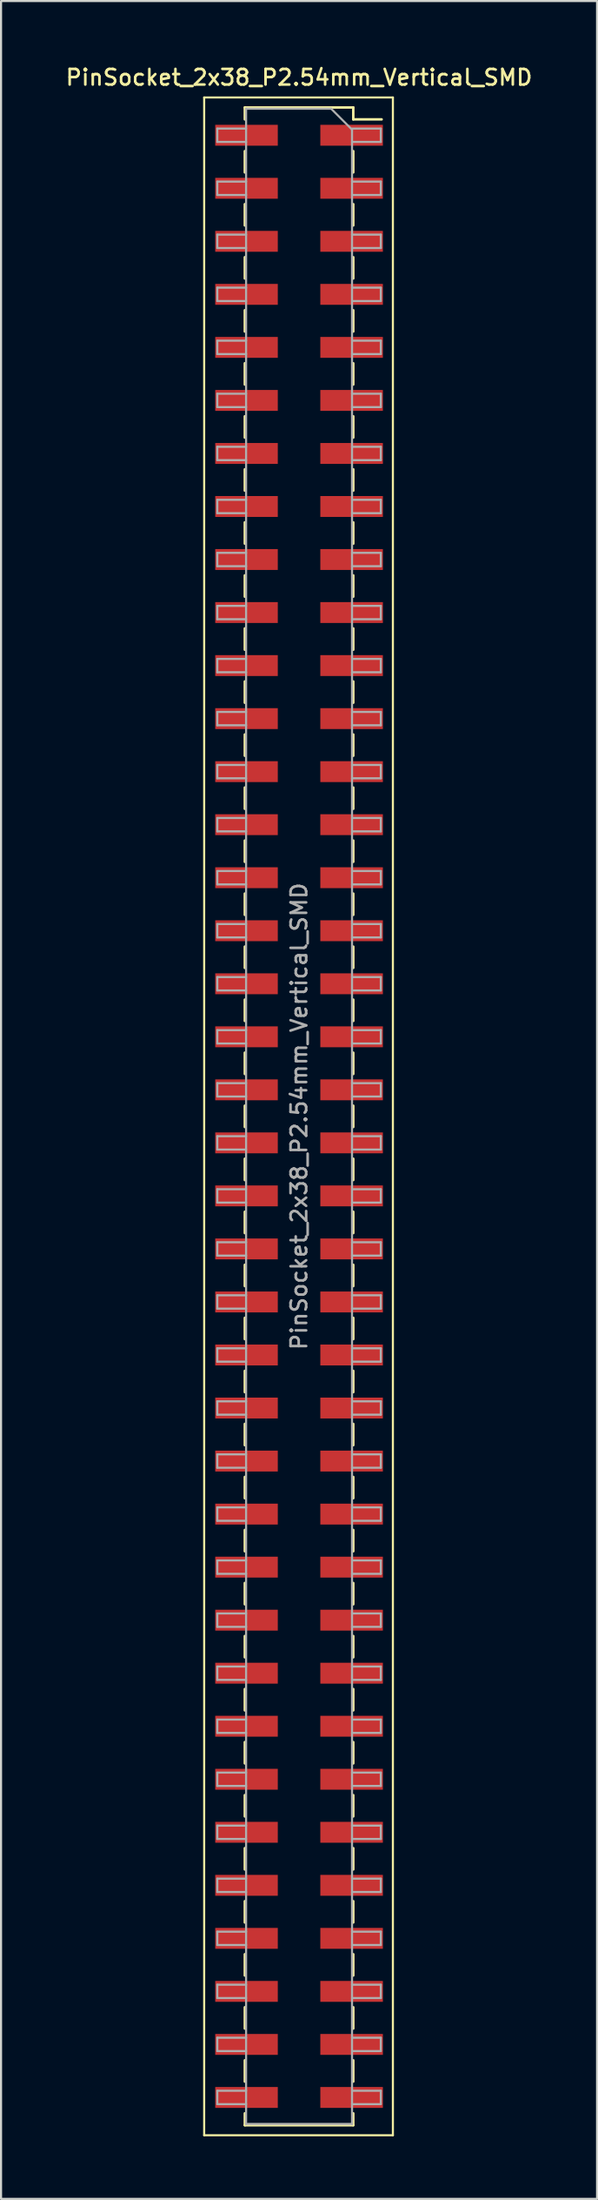
<source format=kicad_pcb>
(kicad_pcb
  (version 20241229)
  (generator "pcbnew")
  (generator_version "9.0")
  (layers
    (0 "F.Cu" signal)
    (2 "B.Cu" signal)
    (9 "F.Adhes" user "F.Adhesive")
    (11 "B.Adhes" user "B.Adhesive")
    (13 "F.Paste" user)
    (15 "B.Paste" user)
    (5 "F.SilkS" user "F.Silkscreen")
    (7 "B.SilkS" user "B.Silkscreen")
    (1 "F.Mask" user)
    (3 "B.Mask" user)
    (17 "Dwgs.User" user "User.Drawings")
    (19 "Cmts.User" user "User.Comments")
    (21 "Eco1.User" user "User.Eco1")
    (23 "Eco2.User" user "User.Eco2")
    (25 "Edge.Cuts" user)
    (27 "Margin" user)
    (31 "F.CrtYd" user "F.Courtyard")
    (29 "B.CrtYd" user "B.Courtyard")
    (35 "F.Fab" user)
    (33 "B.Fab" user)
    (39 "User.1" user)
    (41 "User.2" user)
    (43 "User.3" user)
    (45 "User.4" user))
  (footprint "PinSocket_2x38_P2.54mm_Vertical_SMD"
    (layer "F.Cu")
    (at 11.291 50.418)
    (property "Reference" "PinSocket_2x38_P2.54mm_Vertical_SMD" (at 0 -49.76 0) (layer "F.SilkS") (effects (font (size 0.75 0.75) (thickness 0.125))))
    (attr smd)
    (fp_line (start -4.55 -48.8) (end 4.5 -48.8) (stroke (width 0.1) (type solid)) (layer "F.SilkS"))
    (fp_line (start -4.55 48.8) (end -4.55 -48.8) (stroke (width 0.1) (type solid)) (layer "F.SilkS"))
    (fp_line (start -2.6 -48.32) (end -2.6 -47.75) (stroke (width 0.12) (type solid)) (layer "F.SilkS"))
    (fp_line (start -2.6 -48.32) (end 2.6 -48.32) (stroke (width 0.12) (type solid)) (layer "F.SilkS"))
    (fp_line (start -2.6 -46.23) (end -2.6 -45.21) (stroke (width 0.12) (type solid)) (layer "F.SilkS"))
    (fp_line (start -2.6 -43.69) (end -2.6 -42.67) (stroke (width 0.12) (type solid)) (layer "F.SilkS"))
    (fp_line (start -2.6 -41.15) (end -2.6 -40.13) (stroke (width 0.12) (type solid)) (layer "F.SilkS"))
    (fp_line (start -2.6 -38.61) (end -2.6 -37.59) (stroke (width 0.12) (type solid)) (layer "F.SilkS"))
    (fp_line (start -2.6 -36.07) (end -2.6 -35.05) (stroke (width 0.12) (type solid)) (layer "F.SilkS"))
    (fp_line (start -2.6 -33.53) (end -2.6 -32.51) (stroke (width 0.12) (type solid)) (layer "F.SilkS"))
    (fp_line (start -2.6 -30.99) (end -2.6 -29.97) (stroke (width 0.12) (type solid)) (layer "F.SilkS"))
    (fp_line (start -2.6 -28.45) (end -2.6 -27.43) (stroke (width 0.12) (type solid)) (layer "F.SilkS"))
    (fp_line (start -2.6 -25.91) (end -2.6 -24.89) (stroke (width 0.12) (type solid)) (layer "F.SilkS"))
    (fp_line (start -2.6 -23.37) (end -2.6 -22.35) (stroke (width 0.12) (type solid)) (layer "F.SilkS"))
    (fp_line (start -2.6 -20.83) (end -2.6 -19.81) (stroke (width 0.12) (type solid)) (layer "F.SilkS"))
    (fp_line (start -2.6 -18.29) (end -2.6 -17.27) (stroke (width 0.12) (type solid)) (layer "F.SilkS"))
    (fp_line (start -2.6 -15.75) (end -2.6 -14.73) (stroke (width 0.12) (type solid)) (layer "F.SilkS"))
    (fp_line (start -2.6 -13.21) (end -2.6 -12.19) (stroke (width 0.12) (type solid)) (layer "F.SilkS"))
    (fp_line (start -2.6 -10.67) (end -2.6 -9.65) (stroke (width 0.12) (type solid)) (layer "F.SilkS"))
    (fp_line (start -2.6 -8.13) (end -2.6 -7.11) (stroke (width 0.12) (type solid)) (layer "F.SilkS"))
    (fp_line (start -2.6 -5.59) (end -2.6 -4.57) (stroke (width 0.12) (type solid)) (layer "F.SilkS"))
    (fp_line (start -2.6 -3.05) (end -2.6 -2.03) (stroke (width 0.12) (type solid)) (layer "F.SilkS"))
    (fp_line (start -2.6 -0.51) (end -2.6 0.51) (stroke (width 0.12) (type solid)) (layer "F.SilkS"))
    (fp_line (start -2.6 2.03) (end -2.6 3.05) (stroke (width 0.12) (type solid)) (layer "F.SilkS"))
    (fp_line (start -2.6 4.57) (end -2.6 5.59) (stroke (width 0.12) (type solid)) (layer "F.SilkS"))
    (fp_line (start -2.6 7.11) (end -2.6 8.13) (stroke (width 0.12) (type solid)) (layer "F.SilkS"))
    (fp_line (start -2.6 9.65) (end -2.6 10.67) (stroke (width 0.12) (type solid)) (layer "F.SilkS"))
    (fp_line (start -2.6 12.19) (end -2.6 13.21) (stroke (width 0.12) (type solid)) (layer "F.SilkS"))
    (fp_line (start -2.6 14.73) (end -2.6 15.75) (stroke (width 0.12) (type solid)) (layer "F.SilkS"))
    (fp_line (start -2.6 17.27) (end -2.6 18.29) (stroke (width 0.12) (type solid)) (layer "F.SilkS"))
    (fp_line (start -2.6 19.81) (end -2.6 20.83) (stroke (width 0.12) (type solid)) (layer "F.SilkS"))
    (fp_line (start -2.6 22.35) (end -2.6 23.37) (stroke (width 0.12) (type solid)) (layer "F.SilkS"))
    (fp_line (start -2.6 24.89) (end -2.6 25.91) (stroke (width 0.12) (type solid)) (layer "F.SilkS"))
    (fp_line (start -2.6 27.43) (end -2.6 28.45) (stroke (width 0.12) (type solid)) (layer "F.SilkS"))
    (fp_line (start -2.6 29.97) (end -2.6 30.99) (stroke (width 0.12) (type solid)) (layer "F.SilkS"))
    (fp_line (start -2.6 32.51) (end -2.6 33.53) (stroke (width 0.12) (type solid)) (layer "F.SilkS"))
    (fp_line (start -2.6 35.05) (end -2.6 36.07) (stroke (width 0.12) (type solid)) (layer "F.SilkS"))
    (fp_line (start -2.6 37.59) (end -2.6 38.61) (stroke (width 0.12) (type solid)) (layer "F.SilkS"))
    (fp_line (start -2.6 40.13) (end -2.6 41.15) (stroke (width 0.12) (type solid)) (layer "F.SilkS"))
    (fp_line (start -2.6 42.67) (end -2.6 43.69) (stroke (width 0.12) (type solid)) (layer "F.SilkS"))
    (fp_line (start -2.6 45.21) (end -2.6 46.23) (stroke (width 0.12) (type solid)) (layer "F.SilkS"))
    (fp_line (start -2.6 47.75) (end -2.6 48.32) (stroke (width 0.12) (type solid)) (layer "F.SilkS"))
    (fp_line (start -2.6 48.32) (end 2.6 48.32) (stroke (width 0.12) (type solid)) (layer "F.SilkS"))
    (fp_line (start 2.6 -48.32) (end 2.6 -47.75) (stroke (width 0.12) (type solid)) (layer "F.SilkS"))
    (fp_line (start 2.6 -47.75) (end 3.96 -47.75) (stroke (width 0.12) (type solid)) (layer "F.SilkS"))
    (fp_line (start 2.6 -46.23) (end 2.6 -45.21) (stroke (width 0.12) (type solid)) (layer "F.SilkS"))
    (fp_line (start 2.6 -43.69) (end 2.6 -42.67) (stroke (width 0.12) (type solid)) (layer "F.SilkS"))
    (fp_line (start 2.6 -41.15) (end 2.6 -40.13) (stroke (width 0.12) (type solid)) (layer "F.SilkS"))
    (fp_line (start 2.6 -38.61) (end 2.6 -37.59) (stroke (width 0.12) (type solid)) (layer "F.SilkS"))
    (fp_line (start 2.6 -36.07) (end 2.6 -35.05) (stroke (width 0.12) (type solid)) (layer "F.SilkS"))
    (fp_line (start 2.6 -33.53) (end 2.6 -32.51) (stroke (width 0.12) (type solid)) (layer "F.SilkS"))
    (fp_line (start 2.6 -30.99) (end 2.6 -29.97) (stroke (width 0.12) (type solid)) (layer "F.SilkS"))
    (fp_line (start 2.6 -28.45) (end 2.6 -27.43) (stroke (width 0.12) (type solid)) (layer "F.SilkS"))
    (fp_line (start 2.6 -25.91) (end 2.6 -24.89) (stroke (width 0.12) (type solid)) (layer "F.SilkS"))
    (fp_line (start 2.6 -23.37) (end 2.6 -22.35) (stroke (width 0.12) (type solid)) (layer "F.SilkS"))
    (fp_line (start 2.6 -20.83) (end 2.6 -19.81) (stroke (width 0.12) (type solid)) (layer "F.SilkS"))
    (fp_line (start 2.6 -18.29) (end 2.6 -17.27) (stroke (width 0.12) (type solid)) (layer "F.SilkS"))
    (fp_line (start 2.6 -15.75) (end 2.6 -14.73) (stroke (width 0.12) (type solid)) (layer "F.SilkS"))
    (fp_line (start 2.6 -13.21) (end 2.6 -12.19) (stroke (width 0.12) (type solid)) (layer "F.SilkS"))
    (fp_line (start 2.6 -10.67) (end 2.6 -9.65) (stroke (width 0.12) (type solid)) (layer "F.SilkS"))
    (fp_line (start 2.6 -8.13) (end 2.6 -7.11) (stroke (width 0.12) (type solid)) (layer "F.SilkS"))
    (fp_line (start 2.6 -5.59) (end 2.6 -4.57) (stroke (width 0.12) (type solid)) (layer "F.SilkS"))
    (fp_line (start 2.6 -3.05) (end 2.6 -2.03) (stroke (width 0.12) (type solid)) (layer "F.SilkS"))
    (fp_line (start 2.6 -0.51) (end 2.6 0.51) (stroke (width 0.12) (type solid)) (layer "F.SilkS"))
    (fp_line (start 2.6 2.03) (end 2.6 3.05) (stroke (width 0.12) (type solid)) (layer "F.SilkS"))
    (fp_line (start 2.6 4.57) (end 2.6 5.59) (stroke (width 0.12) (type solid)) (layer "F.SilkS"))
    (fp_line (start 2.6 7.11) (end 2.6 8.13) (stroke (width 0.12) (type solid)) (layer "F.SilkS"))
    (fp_line (start 2.6 9.65) (end 2.6 10.67) (stroke (width 0.12) (type solid)) (layer "F.SilkS"))
    (fp_line (start 2.6 12.19) (end 2.6 13.21) (stroke (width 0.12) (type solid)) (layer "F.SilkS"))
    (fp_line (start 2.6 14.73) (end 2.6 15.75) (stroke (width 0.12) (type solid)) (layer "F.SilkS"))
    (fp_line (start 2.6 17.27) (end 2.6 18.29) (stroke (width 0.12) (type solid)) (layer "F.SilkS"))
    (fp_line (start 2.6 19.81) (end 2.6 20.83) (stroke (width 0.12) (type solid)) (layer "F.SilkS"))
    (fp_line (start 2.6 22.35) (end 2.6 23.37) (stroke (width 0.12) (type solid)) (layer "F.SilkS"))
    (fp_line (start 2.6 24.89) (end 2.6 25.91) (stroke (width 0.12) (type solid)) (layer "F.SilkS"))
    (fp_line (start 2.6 27.43) (end 2.6 28.45) (stroke (width 0.12) (type solid)) (layer "F.SilkS"))
    (fp_line (start 2.6 29.97) (end 2.6 30.99) (stroke (width 0.12) (type solid)) (layer "F.SilkS"))
    (fp_line (start 2.6 32.51) (end 2.6 33.53) (stroke (width 0.12) (type solid)) (layer "F.SilkS"))
    (fp_line (start 2.6 35.05) (end 2.6 36.07) (stroke (width 0.12) (type solid)) (layer "F.SilkS"))
    (fp_line (start 2.6 37.59) (end 2.6 38.61) (stroke (width 0.12) (type solid)) (layer "F.SilkS"))
    (fp_line (start 2.6 40.13) (end 2.6 41.15) (stroke (width 0.12) (type solid)) (layer "F.SilkS"))
    (fp_line (start 2.6 42.67) (end 2.6 43.69) (stroke (width 0.12) (type solid)) (layer "F.SilkS"))
    (fp_line (start 2.6 45.21) (end 2.6 46.23) (stroke (width 0.12) (type solid)) (layer "F.SilkS"))
    (fp_line (start 2.6 47.75) (end 2.6 48.32) (stroke (width 0.12) (type solid)) (layer "F.SilkS"))
    (fp_line (start 4.5 -48.8) (end 4.5 48.8) (stroke (width 0.1) (type solid)) (layer "F.SilkS"))
    (fp_line (start 4.5 48.8) (end -4.55 48.8) (stroke (width 0.1) (type solid)) (layer "F.SilkS"))
    (fp_line (start -3.92 -47.31) (end -2.54 -47.31) (stroke (width 0.1) (type solid)) (layer "F.Fab"))
    (fp_line (start -3.92 -46.67) (end -3.92 -47.31) (stroke (width 0.1) (type solid)) (layer "F.Fab"))
    (fp_line (start -3.92 -44.77) (end -2.54 -44.77) (stroke (width 0.1) (type solid)) (layer "F.Fab"))
    (fp_line (start -3.92 -44.13) (end -3.92 -44.77) (stroke (width 0.1) (type solid)) (layer "F.Fab"))
    (fp_line (start -3.92 -42.23) (end -2.54 -42.23) (stroke (width 0.1) (type solid)) (layer "F.Fab"))
    (fp_line (start -3.92 -41.59) (end -3.92 -42.23) (stroke (width 0.1) (type solid)) (layer "F.Fab"))
    (fp_line (start -3.92 -39.69) (end -2.54 -39.69) (stroke (width 0.1) (type solid)) (layer "F.Fab"))
    (fp_line (start -3.92 -39.05) (end -3.92 -39.69) (stroke (width 0.1) (type solid)) (layer "F.Fab"))
    (fp_line (start -3.92 -37.15) (end -2.54 -37.15) (stroke (width 0.1) (type solid)) (layer "F.Fab"))
    (fp_line (start -3.92 -36.51) (end -3.92 -37.15) (stroke (width 0.1) (type solid)) (layer "F.Fab"))
    (fp_line (start -3.92 -34.61) (end -2.54 -34.61) (stroke (width 0.1) (type solid)) (layer "F.Fab"))
    (fp_line (start -3.92 -33.97) (end -3.92 -34.61) (stroke (width 0.1) (type solid)) (layer "F.Fab"))
    (fp_line (start -3.92 -32.07) (end -2.54 -32.07) (stroke (width 0.1) (type solid)) (layer "F.Fab"))
    (fp_line (start -3.92 -31.43) (end -3.92 -32.07) (stroke (width 0.1) (type solid)) (layer "F.Fab"))
    (fp_line (start -3.92 -29.53) (end -2.54 -29.53) (stroke (width 0.1) (type solid)) (layer "F.Fab"))
    (fp_line (start -3.92 -28.89) (end -3.92 -29.53) (stroke (width 0.1) (type solid)) (layer "F.Fab"))
    (fp_line (start -3.92 -26.99) (end -2.54 -26.99) (stroke (width 0.1) (type solid)) (layer "F.Fab"))
    (fp_line (start -3.92 -26.35) (end -3.92 -26.99) (stroke (width 0.1) (type solid)) (layer "F.Fab"))
    (fp_line (start -3.92 -24.45) (end -2.54 -24.45) (stroke (width 0.1) (type solid)) (layer "F.Fab"))
    (fp_line (start -3.92 -23.81) (end -3.92 -24.45) (stroke (width 0.1) (type solid)) (layer "F.Fab"))
    (fp_line (start -3.92 -21.91) (end -2.54 -21.91) (stroke (width 0.1) (type solid)) (layer "F.Fab"))
    (fp_line (start -3.92 -21.27) (end -3.92 -21.91) (stroke (width 0.1) (type solid)) (layer "F.Fab"))
    (fp_line (start -3.92 -19.37) (end -2.54 -19.37) (stroke (width 0.1) (type solid)) (layer "F.Fab"))
    (fp_line (start -3.92 -18.73) (end -3.92 -19.37) (stroke (width 0.1) (type solid)) (layer "F.Fab"))
    (fp_line (start -3.92 -16.83) (end -2.54 -16.83) (stroke (width 0.1) (type solid)) (layer "F.Fab"))
    (fp_line (start -3.92 -16.19) (end -3.92 -16.83) (stroke (width 0.1) (type solid)) (layer "F.Fab"))
    (fp_line (start -3.92 -14.29) (end -2.54 -14.29) (stroke (width 0.1) (type solid)) (layer "F.Fab"))
    (fp_line (start -3.92 -13.65) (end -3.92 -14.29) (stroke (width 0.1) (type solid)) (layer "F.Fab"))
    (fp_line (start -3.92 -11.75) (end -2.54 -11.75) (stroke (width 0.1) (type solid)) (layer "F.Fab"))
    (fp_line (start -3.92 -11.11) (end -3.92 -11.75) (stroke (width 0.1) (type solid)) (layer "F.Fab"))
    (fp_line (start -3.92 -9.21) (end -2.54 -9.21) (stroke (width 0.1) (type solid)) (layer "F.Fab"))
    (fp_line (start -3.92 -8.57) (end -3.92 -9.21) (stroke (width 0.1) (type solid)) (layer "F.Fab"))
    (fp_line (start -3.92 -6.67) (end -2.54 -6.67) (stroke (width 0.1) (type solid)) (layer "F.Fab"))
    (fp_line (start -3.92 -6.03) (end -3.92 -6.67) (stroke (width 0.1) (type solid)) (layer "F.Fab"))
    (fp_line (start -3.92 -4.13) (end -2.54 -4.13) (stroke (width 0.1) (type solid)) (layer "F.Fab"))
    (fp_line (start -3.92 -3.49) (end -3.92 -4.13) (stroke (width 0.1) (type solid)) (layer "F.Fab"))
    (fp_line (start -3.92 -1.59) (end -2.54 -1.59) (stroke (width 0.1) (type solid)) (layer "F.Fab"))
    (fp_line (start -3.92 -0.95) (end -3.92 -1.59) (stroke (width 0.1) (type solid)) (layer "F.Fab"))
    (fp_line (start -3.92 0.95) (end -2.54 0.95) (stroke (width 0.1) (type solid)) (layer "F.Fab"))
    (fp_line (start -3.92 1.59) (end -3.92 0.95) (stroke (width 0.1) (type solid)) (layer "F.Fab"))
    (fp_line (start -3.92 3.49) (end -2.54 3.49) (stroke (width 0.1) (type solid)) (layer "F.Fab"))
    (fp_line (start -3.92 4.13) (end -3.92 3.49) (stroke (width 0.1) (type solid)) (layer "F.Fab"))
    (fp_line (start -3.92 6.03) (end -2.54 6.03) (stroke (width 0.1) (type solid)) (layer "F.Fab"))
    (fp_line (start -3.92 6.67) (end -3.92 6.03) (stroke (width 0.1) (type solid)) (layer "F.Fab"))
    (fp_line (start -3.92 8.57) (end -2.54 8.57) (stroke (width 0.1) (type solid)) (layer "F.Fab"))
    (fp_line (start -3.92 9.21) (end -3.92 8.57) (stroke (width 0.1) (type solid)) (layer "F.Fab"))
    (fp_line (start -3.92 11.11) (end -2.54 11.11) (stroke (width 0.1) (type solid)) (layer "F.Fab"))
    (fp_line (start -3.92 11.75) (end -3.92 11.11) (stroke (width 0.1) (type solid)) (layer "F.Fab"))
    (fp_line (start -3.92 13.65) (end -2.54 13.65) (stroke (width 0.1) (type solid)) (layer "F.Fab"))
    (fp_line (start -3.92 14.29) (end -3.92 13.65) (stroke (width 0.1) (type solid)) (layer "F.Fab"))
    (fp_line (start -3.92 16.19) (end -2.54 16.19) (stroke (width 0.1) (type solid)) (layer "F.Fab"))
    (fp_line (start -3.92 16.83) (end -3.92 16.19) (stroke (width 0.1) (type solid)) (layer "F.Fab"))
    (fp_line (start -3.92 18.73) (end -2.54 18.73) (stroke (width 0.1) (type solid)) (layer "F.Fab"))
    (fp_line (start -3.92 19.37) (end -3.92 18.73) (stroke (width 0.1) (type solid)) (layer "F.Fab"))
    (fp_line (start -3.92 21.27) (end -2.54 21.27) (stroke (width 0.1) (type solid)) (layer "F.Fab"))
    (fp_line (start -3.92 21.91) (end -3.92 21.27) (stroke (width 0.1) (type solid)) (layer "F.Fab"))
    (fp_line (start -3.92 23.81) (end -2.54 23.81) (stroke (width 0.1) (type solid)) (layer "F.Fab"))
    (fp_line (start -3.92 24.45) (end -3.92 23.81) (stroke (width 0.1) (type solid)) (layer "F.Fab"))
    (fp_line (start -3.92 26.35) (end -2.54 26.35) (stroke (width 0.1) (type solid)) (layer "F.Fab"))
    (fp_line (start -3.92 26.99) (end -3.92 26.35) (stroke (width 0.1) (type solid)) (layer "F.Fab"))
    (fp_line (start -3.92 28.89) (end -2.54 28.89) (stroke (width 0.1) (type solid)) (layer "F.Fab"))
    (fp_line (start -3.92 29.53) (end -3.92 28.89) (stroke (width 0.1) (type solid)) (layer "F.Fab"))
    (fp_line (start -3.92 31.43) (end -2.54 31.43) (stroke (width 0.1) (type solid)) (layer "F.Fab"))
    (fp_line (start -3.92 32.07) (end -3.92 31.43) (stroke (width 0.1) (type solid)) (layer "F.Fab"))
    (fp_line (start -3.92 33.97) (end -2.54 33.97) (stroke (width 0.1) (type solid)) (layer "F.Fab"))
    (fp_line (start -3.92 34.61) (end -3.92 33.97) (stroke (width 0.1) (type solid)) (layer "F.Fab"))
    (fp_line (start -3.92 36.51) (end -2.54 36.51) (stroke (width 0.1) (type solid)) (layer "F.Fab"))
    (fp_line (start -3.92 37.15) (end -3.92 36.51) (stroke (width 0.1) (type solid)) (layer "F.Fab"))
    (fp_line (start -3.92 39.05) (end -2.54 39.05) (stroke (width 0.1) (type solid)) (layer "F.Fab"))
    (fp_line (start -3.92 39.69) (end -3.92 39.05) (stroke (width 0.1) (type solid)) (layer "F.Fab"))
    (fp_line (start -3.92 41.59) (end -2.54 41.59) (stroke (width 0.1) (type solid)) (layer "F.Fab"))
    (fp_line (start -3.92 42.23) (end -3.92 41.59) (stroke (width 0.1) (type solid)) (layer "F.Fab"))
    (fp_line (start -3.92 44.13) (end -2.54 44.13) (stroke (width 0.1) (type solid)) (layer "F.Fab"))
    (fp_line (start -3.92 44.77) (end -3.92 44.13) (stroke (width 0.1) (type solid)) (layer "F.Fab"))
    (fp_line (start -3.92 46.67) (end -2.54 46.67) (stroke (width 0.1) (type solid)) (layer "F.Fab"))
    (fp_line (start -3.92 47.31) (end -3.92 46.67) (stroke (width 0.1) (type solid)) (layer "F.Fab"))
    (fp_line (start -2.54 -48.26) (end 1.54 -48.26) (stroke (width 0.1) (type solid)) (layer "F.Fab"))
    (fp_line (start -2.54 -46.67) (end -3.92 -46.67) (stroke (width 0.1) (type solid)) (layer "F.Fab"))
    (fp_line (start -2.54 -44.13) (end -3.92 -44.13) (stroke (width 0.1) (type solid)) (layer "F.Fab"))
    (fp_line (start -2.54 -41.59) (end -3.92 -41.59) (stroke (width 0.1) (type solid)) (layer "F.Fab"))
    (fp_line (start -2.54 -39.05) (end -3.92 -39.05) (stroke (width 0.1) (type solid)) (layer "F.Fab"))
    (fp_line (start -2.54 -36.51) (end -3.92 -36.51) (stroke (width 0.1) (type solid)) (layer "F.Fab"))
    (fp_line (start -2.54 -33.97) (end -3.92 -33.97) (stroke (width 0.1) (type solid)) (layer "F.Fab"))
    (fp_line (start -2.54 -31.43) (end -3.92 -31.43) (stroke (width 0.1) (type solid)) (layer "F.Fab"))
    (fp_line (start -2.54 -28.89) (end -3.92 -28.89) (stroke (width 0.1) (type solid)) (layer "F.Fab"))
    (fp_line (start -2.54 -26.35) (end -3.92 -26.35) (stroke (width 0.1) (type solid)) (layer "F.Fab"))
    (fp_line (start -2.54 -23.81) (end -3.92 -23.81) (stroke (width 0.1) (type solid)) (layer "F.Fab"))
    (fp_line (start -2.54 -21.27) (end -3.92 -21.27) (stroke (width 0.1) (type solid)) (layer "F.Fab"))
    (fp_line (start -2.54 -18.73) (end -3.92 -18.73) (stroke (width 0.1) (type solid)) (layer "F.Fab"))
    (fp_line (start -2.54 -16.19) (end -3.92 -16.19) (stroke (width 0.1) (type solid)) (layer "F.Fab"))
    (fp_line (start -2.54 -13.65) (end -3.92 -13.65) (stroke (width 0.1) (type solid)) (layer "F.Fab"))
    (fp_line (start -2.54 -11.11) (end -3.92 -11.11) (stroke (width 0.1) (type solid)) (layer "F.Fab"))
    (fp_line (start -2.54 -8.57) (end -3.92 -8.57) (stroke (width 0.1) (type solid)) (layer "F.Fab"))
    (fp_line (start -2.54 -6.03) (end -3.92 -6.03) (stroke (width 0.1) (type solid)) (layer "F.Fab"))
    (fp_line (start -2.54 -3.49) (end -3.92 -3.49) (stroke (width 0.1) (type solid)) (layer "F.Fab"))
    (fp_line (start -2.54 -0.95) (end -3.92 -0.95) (stroke (width 0.1) (type solid)) (layer "F.Fab"))
    (fp_line (start -2.54 1.59) (end -3.92 1.59) (stroke (width 0.1) (type solid)) (layer "F.Fab"))
    (fp_line (start -2.54 4.13) (end -3.92 4.13) (stroke (width 0.1) (type solid)) (layer "F.Fab"))
    (fp_line (start -2.54 6.67) (end -3.92 6.67) (stroke (width 0.1) (type solid)) (layer "F.Fab"))
    (fp_line (start -2.54 9.21) (end -3.92 9.21) (stroke (width 0.1) (type solid)) (layer "F.Fab"))
    (fp_line (start -2.54 11.75) (end -3.92 11.75) (stroke (width 0.1) (type solid)) (layer "F.Fab"))
    (fp_line (start -2.54 14.29) (end -3.92 14.29) (stroke (width 0.1) (type solid)) (layer "F.Fab"))
    (fp_line (start -2.54 16.83) (end -3.92 16.83) (stroke (width 0.1) (type solid)) (layer "F.Fab"))
    (fp_line (start -2.54 19.37) (end -3.92 19.37) (stroke (width 0.1) (type solid)) (layer "F.Fab"))
    (fp_line (start -2.54 21.91) (end -3.92 21.91) (stroke (width 0.1) (type solid)) (layer "F.Fab"))
    (fp_line (start -2.54 24.45) (end -3.92 24.45) (stroke (width 0.1) (type solid)) (layer "F.Fab"))
    (fp_line (start -2.54 26.99) (end -3.92 26.99) (stroke (width 0.1) (type solid)) (layer "F.Fab"))
    (fp_line (start -2.54 29.53) (end -3.92 29.53) (stroke (width 0.1) (type solid)) (layer "F.Fab"))
    (fp_line (start -2.54 32.07) (end -3.92 32.07) (stroke (width 0.1) (type solid)) (layer "F.Fab"))
    (fp_line (start -2.54 34.61) (end -3.92 34.61) (stroke (width 0.1) (type solid)) (layer "F.Fab"))
    (fp_line (start -2.54 37.15) (end -3.92 37.15) (stroke (width 0.1) (type solid)) (layer "F.Fab"))
    (fp_line (start -2.54 39.69) (end -3.92 39.69) (stroke (width 0.1) (type solid)) (layer "F.Fab"))
    (fp_line (start -2.54 42.23) (end -3.92 42.23) (stroke (width 0.1) (type solid)) (layer "F.Fab"))
    (fp_line (start -2.54 44.77) (end -3.92 44.77) (stroke (width 0.1) (type solid)) (layer "F.Fab"))
    (fp_line (start -2.54 47.31) (end -3.92 47.31) (stroke (width 0.1) (type solid)) (layer "F.Fab"))
    (fp_line (start -2.54 48.26) (end -2.54 -48.26) (stroke (width 0.1) (type solid)) (layer "F.Fab"))
    (fp_line (start 1.54 -48.26) (end 2.54 -47.26) (stroke (width 0.1) (type solid)) (layer "F.Fab"))
    (fp_line (start 2.54 -47.31) (end 3.92 -47.31) (stroke (width 0.1) (type solid)) (layer "F.Fab"))
    (fp_line (start 2.54 -47.26) (end 2.54 48.26) (stroke (width 0.1) (type solid)) (layer "F.Fab"))
    (fp_line (start 2.54 -44.77) (end 3.92 -44.77) (stroke (width 0.1) (type solid)) (layer "F.Fab"))
    (fp_line (start 2.54 -42.23) (end 3.92 -42.23) (stroke (width 0.1) (type solid)) (layer "F.Fab"))
    (fp_line (start 2.54 -39.69) (end 3.92 -39.69) (stroke (width 0.1) (type solid)) (layer "F.Fab"))
    (fp_line (start 2.54 -37.15) (end 3.92 -37.15) (stroke (width 0.1) (type solid)) (layer "F.Fab"))
    (fp_line (start 2.54 -34.61) (end 3.92 -34.61) (stroke (width 0.1) (type solid)) (layer "F.Fab"))
    (fp_line (start 2.54 -32.07) (end 3.92 -32.07) (stroke (width 0.1) (type solid)) (layer "F.Fab"))
    (fp_line (start 2.54 -29.53) (end 3.92 -29.53) (stroke (width 0.1) (type solid)) (layer "F.Fab"))
    (fp_line (start 2.54 -26.99) (end 3.92 -26.99) (stroke (width 0.1) (type solid)) (layer "F.Fab"))
    (fp_line (start 2.54 -24.45) (end 3.92 -24.45) (stroke (width 0.1) (type solid)) (layer "F.Fab"))
    (fp_line (start 2.54 -21.91) (end 3.92 -21.91) (stroke (width 0.1) (type solid)) (layer "F.Fab"))
    (fp_line (start 2.54 -19.37) (end 3.92 -19.37) (stroke (width 0.1) (type solid)) (layer "F.Fab"))
    (fp_line (start 2.54 -16.83) (end 3.92 -16.83) (stroke (width 0.1) (type solid)) (layer "F.Fab"))
    (fp_line (start 2.54 -14.29) (end 3.92 -14.29) (stroke (width 0.1) (type solid)) (layer "F.Fab"))
    (fp_line (start 2.54 -11.75) (end 3.92 -11.75) (stroke (width 0.1) (type solid)) (layer "F.Fab"))
    (fp_line (start 2.54 -9.21) (end 3.92 -9.21) (stroke (width 0.1) (type solid)) (layer "F.Fab"))
    (fp_line (start 2.54 -6.67) (end 3.92 -6.67) (stroke (width 0.1) (type solid)) (layer "F.Fab"))
    (fp_line (start 2.54 -4.13) (end 3.92 -4.13) (stroke (width 0.1) (type solid)) (layer "F.Fab"))
    (fp_line (start 2.54 -1.59) (end 3.92 -1.59) (stroke (width 0.1) (type solid)) (layer "F.Fab"))
    (fp_line (start 2.54 0.95) (end 3.92 0.95) (stroke (width 0.1) (type solid)) (layer "F.Fab"))
    (fp_line (start 2.54 3.49) (end 3.92 3.49) (stroke (width 0.1) (type solid)) (layer "F.Fab"))
    (fp_line (start 2.54 6.03) (end 3.92 6.03) (stroke (width 0.1) (type solid)) (layer "F.Fab"))
    (fp_line (start 2.54 8.57) (end 3.92 8.57) (stroke (width 0.1) (type solid)) (layer "F.Fab"))
    (fp_line (start 2.54 11.11) (end 3.92 11.11) (stroke (width 0.1) (type solid)) (layer "F.Fab"))
    (fp_line (start 2.54 13.65) (end 3.92 13.65) (stroke (width 0.1) (type solid)) (layer "F.Fab"))
    (fp_line (start 2.54 16.19) (end 3.92 16.19) (stroke (width 0.1) (type solid)) (layer "F.Fab"))
    (fp_line (start 2.54 18.73) (end 3.92 18.73) (stroke (width 0.1) (type solid)) (layer "F.Fab"))
    (fp_line (start 2.54 21.27) (end 3.92 21.27) (stroke (width 0.1) (type solid)) (layer "F.Fab"))
    (fp_line (start 2.54 23.81) (end 3.92 23.81) (stroke (width 0.1) (type solid)) (layer "F.Fab"))
    (fp_line (start 2.54 26.35) (end 3.92 26.35) (stroke (width 0.1) (type solid)) (layer "F.Fab"))
    (fp_line (start 2.54 28.89) (end 3.92 28.89) (stroke (width 0.1) (type solid)) (layer "F.Fab"))
    (fp_line (start 2.54 31.43) (end 3.92 31.43) (stroke (width 0.1) (type solid)) (layer "F.Fab"))
    (fp_line (start 2.54 33.97) (end 3.92 33.97) (stroke (width 0.1) (type solid)) (layer "F.Fab"))
    (fp_line (start 2.54 36.51) (end 3.92 36.51) (stroke (width 0.1) (type solid)) (layer "F.Fab"))
    (fp_line (start 2.54 39.05) (end 3.92 39.05) (stroke (width 0.1) (type solid)) (layer "F.Fab"))
    (fp_line (start 2.54 41.59) (end 3.92 41.59) (stroke (width 0.1) (type solid)) (layer "F.Fab"))
    (fp_line (start 2.54 44.13) (end 3.92 44.13) (stroke (width 0.1) (type solid)) (layer "F.Fab"))
    (fp_line (start 2.54 46.67) (end 3.92 46.67) (stroke (width 0.1) (type solid)) (layer "F.Fab"))
    (fp_line (start 2.54 48.26) (end -2.54 48.26) (stroke (width 0.1) (type solid)) (layer "F.Fab"))
    (fp_line (start 3.92 -47.31) (end 3.92 -46.67) (stroke (width 0.1) (type solid)) (layer "F.Fab"))
    (fp_line (start 3.92 -46.67) (end 2.54 -46.67) (stroke (width 0.1) (type solid)) (layer "F.Fab"))
    (fp_line (start 3.92 -44.77) (end 3.92 -44.13) (stroke (width 0.1) (type solid)) (layer "F.Fab"))
    (fp_line (start 3.92 -44.13) (end 2.54 -44.13) (stroke (width 0.1) (type solid)) (layer "F.Fab"))
    (fp_line (start 3.92 -42.23) (end 3.92 -41.59) (stroke (width 0.1) (type solid)) (layer "F.Fab"))
    (fp_line (start 3.92 -41.59) (end 2.54 -41.59) (stroke (width 0.1) (type solid)) (layer "F.Fab"))
    (fp_line (start 3.92 -39.69) (end 3.92 -39.05) (stroke (width 0.1) (type solid)) (layer "F.Fab"))
    (fp_line (start 3.92 -39.05) (end 2.54 -39.05) (stroke (width 0.1) (type solid)) (layer "F.Fab"))
    (fp_line (start 3.92 -37.15) (end 3.92 -36.51) (stroke (width 0.1) (type solid)) (layer "F.Fab"))
    (fp_line (start 3.92 -36.51) (end 2.54 -36.51) (stroke (width 0.1) (type solid)) (layer "F.Fab"))
    (fp_line (start 3.92 -34.61) (end 3.92 -33.97) (stroke (width 0.1) (type solid)) (layer "F.Fab"))
    (fp_line (start 3.92 -33.97) (end 2.54 -33.97) (stroke (width 0.1) (type solid)) (layer "F.Fab"))
    (fp_line (start 3.92 -32.07) (end 3.92 -31.43) (stroke (width 0.1) (type solid)) (layer "F.Fab"))
    (fp_line (start 3.92 -31.43) (end 2.54 -31.43) (stroke (width 0.1) (type solid)) (layer "F.Fab"))
    (fp_line (start 3.92 -29.53) (end 3.92 -28.89) (stroke (width 0.1) (type solid)) (layer "F.Fab"))
    (fp_line (start 3.92 -28.89) (end 2.54 -28.89) (stroke (width 0.1) (type solid)) (layer "F.Fab"))
    (fp_line (start 3.92 -26.99) (end 3.92 -26.35) (stroke (width 0.1) (type solid)) (layer "F.Fab"))
    (fp_line (start 3.92 -26.35) (end 2.54 -26.35) (stroke (width 0.1) (type solid)) (layer "F.Fab"))
    (fp_line (start 3.92 -24.45) (end 3.92 -23.81) (stroke (width 0.1) (type solid)) (layer "F.Fab"))
    (fp_line (start 3.92 -23.81) (end 2.54 -23.81) (stroke (width 0.1) (type solid)) (layer "F.Fab"))
    (fp_line (start 3.92 -21.91) (end 3.92 -21.27) (stroke (width 0.1) (type solid)) (layer "F.Fab"))
    (fp_line (start 3.92 -21.27) (end 2.54 -21.27) (stroke (width 0.1) (type solid)) (layer "F.Fab"))
    (fp_line (start 3.92 -19.37) (end 3.92 -18.73) (stroke (width 0.1) (type solid)) (layer "F.Fab"))
    (fp_line (start 3.92 -18.73) (end 2.54 -18.73) (stroke (width 0.1) (type solid)) (layer "F.Fab"))
    (fp_line (start 3.92 -16.83) (end 3.92 -16.19) (stroke (width 0.1) (type solid)) (layer "F.Fab"))
    (fp_line (start 3.92 -16.19) (end 2.54 -16.19) (stroke (width 0.1) (type solid)) (layer "F.Fab"))
    (fp_line (start 3.92 -14.29) (end 3.92 -13.65) (stroke (width 0.1) (type solid)) (layer "F.Fab"))
    (fp_line (start 3.92 -13.65) (end 2.54 -13.65) (stroke (width 0.1) (type solid)) (layer "F.Fab"))
    (fp_line (start 3.92 -11.75) (end 3.92 -11.11) (stroke (width 0.1) (type solid)) (layer "F.Fab"))
    (fp_line (start 3.92 -11.11) (end 2.54 -11.11) (stroke (width 0.1) (type solid)) (layer "F.Fab"))
    (fp_line (start 3.92 -9.21) (end 3.92 -8.57) (stroke (width 0.1) (type solid)) (layer "F.Fab"))
    (fp_line (start 3.92 -8.57) (end 2.54 -8.57) (stroke (width 0.1) (type solid)) (layer "F.Fab"))
    (fp_line (start 3.92 -6.67) (end 3.92 -6.03) (stroke (width 0.1) (type solid)) (layer "F.Fab"))
    (fp_line (start 3.92 -6.03) (end 2.54 -6.03) (stroke (width 0.1) (type solid)) (layer "F.Fab"))
    (fp_line (start 3.92 -4.13) (end 3.92 -3.49) (stroke (width 0.1) (type solid)) (layer "F.Fab"))
    (fp_line (start 3.92 -3.49) (end 2.54 -3.49) (stroke (width 0.1) (type solid)) (layer "F.Fab"))
    (fp_line (start 3.92 -1.59) (end 3.92 -0.95) (stroke (width 0.1) (type solid)) (layer "F.Fab"))
    (fp_line (start 3.92 -0.95) (end 2.54 -0.95) (stroke (width 0.1) (type solid)) (layer "F.Fab"))
    (fp_line (start 3.92 0.95) (end 3.92 1.59) (stroke (width 0.1) (type solid)) (layer "F.Fab"))
    (fp_line (start 3.92 1.59) (end 2.54 1.59) (stroke (width 0.1) (type solid)) (layer "F.Fab"))
    (fp_line (start 3.92 3.49) (end 3.92 4.13) (stroke (width 0.1) (type solid)) (layer "F.Fab"))
    (fp_line (start 3.92 4.13) (end 2.54 4.13) (stroke (width 0.1) (type solid)) (layer "F.Fab"))
    (fp_line (start 3.92 6.03) (end 3.92 6.67) (stroke (width 0.1) (type solid)) (layer "F.Fab"))
    (fp_line (start 3.92 6.67) (end 2.54 6.67) (stroke (width 0.1) (type solid)) (layer "F.Fab"))
    (fp_line (start 3.92 8.57) (end 3.92 9.21) (stroke (width 0.1) (type solid)) (layer "F.Fab"))
    (fp_line (start 3.92 9.21) (end 2.54 9.21) (stroke (width 0.1) (type solid)) (layer "F.Fab"))
    (fp_line (start 3.92 11.11) (end 3.92 11.75) (stroke (width 0.1) (type solid)) (layer "F.Fab"))
    (fp_line (start 3.92 11.75) (end 2.54 11.75) (stroke (width 0.1) (type solid)) (layer "F.Fab"))
    (fp_line (start 3.92 13.65) (end 3.92 14.29) (stroke (width 0.1) (type solid)) (layer "F.Fab"))
    (fp_line (start 3.92 14.29) (end 2.54 14.29) (stroke (width 0.1) (type solid)) (layer "F.Fab"))
    (fp_line (start 3.92 16.19) (end 3.92 16.83) (stroke (width 0.1) (type solid)) (layer "F.Fab"))
    (fp_line (start 3.92 16.83) (end 2.54 16.83) (stroke (width 0.1) (type solid)) (layer "F.Fab"))
    (fp_line (start 3.92 18.73) (end 3.92 19.37) (stroke (width 0.1) (type solid)) (layer "F.Fab"))
    (fp_line (start 3.92 19.37) (end 2.54 19.37) (stroke (width 0.1) (type solid)) (layer "F.Fab"))
    (fp_line (start 3.92 21.27) (end 3.92 21.91) (stroke (width 0.1) (type solid)) (layer "F.Fab"))
    (fp_line (start 3.92 21.91) (end 2.54 21.91) (stroke (width 0.1) (type solid)) (layer "F.Fab"))
    (fp_line (start 3.92 23.81) (end 3.92 24.45) (stroke (width 0.1) (type solid)) (layer "F.Fab"))
    (fp_line (start 3.92 24.45) (end 2.54 24.45) (stroke (width 0.1) (type solid)) (layer "F.Fab"))
    (fp_line (start 3.92 26.35) (end 3.92 26.99) (stroke (width 0.1) (type solid)) (layer "F.Fab"))
    (fp_line (start 3.92 26.99) (end 2.54 26.99) (stroke (width 0.1) (type solid)) (layer "F.Fab"))
    (fp_line (start 3.92 28.89) (end 3.92 29.53) (stroke (width 0.1) (type solid)) (layer "F.Fab"))
    (fp_line (start 3.92 29.53) (end 2.54 29.53) (stroke (width 0.1) (type solid)) (layer "F.Fab"))
    (fp_line (start 3.92 31.43) (end 3.92 32.07) (stroke (width 0.1) (type solid)) (layer "F.Fab"))
    (fp_line (start 3.92 32.07) (end 2.54 32.07) (stroke (width 0.1) (type solid)) (layer "F.Fab"))
    (fp_line (start 3.92 33.97) (end 3.92 34.61) (stroke (width 0.1) (type solid)) (layer "F.Fab"))
    (fp_line (start 3.92 34.61) (end 2.54 34.61) (stroke (width 0.1) (type solid)) (layer "F.Fab"))
    (fp_line (start 3.92 36.51) (end 3.92 37.15) (stroke (width 0.1) (type solid)) (layer "F.Fab"))
    (fp_line (start 3.92 37.15) (end 2.54 37.15) (stroke (width 0.1) (type solid)) (layer "F.Fab"))
    (fp_line (start 3.92 39.05) (end 3.92 39.69) (stroke (width 0.1) (type solid)) (layer "F.Fab"))
    (fp_line (start 3.92 39.69) (end 2.54 39.69) (stroke (width 0.1) (type solid)) (layer "F.Fab"))
    (fp_line (start 3.92 41.59) (end 3.92 42.23) (stroke (width 0.1) (type solid)) (layer "F.Fab"))
    (fp_line (start 3.92 42.23) (end 2.54 42.23) (stroke (width 0.1) (type solid)) (layer "F.Fab"))
    (fp_line (start 3.92 44.13) (end 3.92 44.77) (stroke (width 0.1) (type solid)) (layer "F.Fab"))
    (fp_line (start 3.92 44.77) (end 2.54 44.77) (stroke (width 0.1) (type solid)) (layer "F.Fab"))
    (fp_line (start 3.92 46.67) (end 3.92 47.31) (stroke (width 0.1) (type solid)) (layer "F.Fab"))
    (fp_line (start 3.92 47.31) (end 2.54 47.31) (stroke (width 0.1) (type solid)) (layer "F.Fab"))
    (fp_text user "${REFERENCE}" (at 0 0 90) (layer "F.Fab") (effects (font (size 0.75 0.75) (thickness 0.125))))
    (pad "1" smd rect (at 2.52 -46.99) (size 3 1) (layers "F.Cu" "F.Mask" "F.Paste"))
    (pad "2" smd rect (at -2.52 -46.99) (size 3 1) (layers "F.Cu" "F.Mask" "F.Paste"))
    (pad "3" smd rect (at 2.52 -44.45) (size 3 1) (layers "F.Cu" "F.Mask" "F.Paste"))
    (pad "4" smd rect (at -2.52 -44.45) (size 3 1) (layers "F.Cu" "F.Mask" "F.Paste"))
    (pad "5" smd rect (at 2.52 -41.91) (size 3 1) (layers "F.Cu" "F.Mask" "F.Paste"))
    (pad "6" smd rect (at -2.52 -41.91) (size 3 1) (layers "F.Cu" "F.Mask" "F.Paste"))
    (pad "7" smd rect (at 2.52 -39.37) (size 3 1) (layers "F.Cu" "F.Mask" "F.Paste"))
    (pad "8" smd rect (at -2.52 -39.37) (size 3 1) (layers "F.Cu" "F.Mask" "F.Paste"))
    (pad "9" smd rect (at 2.52 -36.83) (size 3 1) (layers "F.Cu" "F.Mask" "F.Paste"))
    (pad "10" smd rect (at -2.52 -36.83) (size 3 1) (layers "F.Cu" "F.Mask" "F.Paste"))
    (pad "11" smd rect (at 2.52 -34.29) (size 3 1) (layers "F.Cu" "F.Mask" "F.Paste"))
    (pad "12" smd rect (at -2.52 -34.29) (size 3 1) (layers "F.Cu" "F.Mask" "F.Paste"))
    (pad "13" smd rect (at 2.52 -31.75) (size 3 1) (layers "F.Cu" "F.Mask" "F.Paste"))
    (pad "14" smd rect (at -2.52 -31.75) (size 3 1) (layers "F.Cu" "F.Mask" "F.Paste"))
    (pad "15" smd rect (at 2.52 -29.21) (size 3 1) (layers "F.Cu" "F.Mask" "F.Paste"))
    (pad "16" smd rect (at -2.52 -29.21) (size 3 1) (layers "F.Cu" "F.Mask" "F.Paste"))
    (pad "17" smd rect (at 2.52 -26.67) (size 3 1) (layers "F.Cu" "F.Mask" "F.Paste"))
    (pad "18" smd rect (at -2.52 -26.67) (size 3 1) (layers "F.Cu" "F.Mask" "F.Paste"))
    (pad "19" smd rect (at 2.52 -24.13) (size 3 1) (layers "F.Cu" "F.Mask" "F.Paste"))
    (pad "20" smd rect (at -2.52 -24.13) (size 3 1) (layers "F.Cu" "F.Mask" "F.Paste"))
    (pad "21" smd rect (at 2.52 -21.59) (size 3 1) (layers "F.Cu" "F.Mask" "F.Paste"))
    (pad "22" smd rect (at -2.52 -21.59) (size 3 1) (layers "F.Cu" "F.Mask" "F.Paste"))
    (pad "23" smd rect (at 2.52 -19.05) (size 3 1) (layers "F.Cu" "F.Mask" "F.Paste"))
    (pad "24" smd rect (at -2.52 -19.05) (size 3 1) (layers "F.Cu" "F.Mask" "F.Paste"))
    (pad "25" smd rect (at 2.52 -16.51) (size 3 1) (layers "F.Cu" "F.Mask" "F.Paste"))
    (pad "26" smd rect (at -2.52 -16.51) (size 3 1) (layers "F.Cu" "F.Mask" "F.Paste"))
    (pad "27" smd rect (at 2.52 -13.97) (size 3 1) (layers "F.Cu" "F.Mask" "F.Paste"))
    (pad "28" smd rect (at -2.52 -13.97) (size 3 1) (layers "F.Cu" "F.Mask" "F.Paste"))
    (pad "29" smd rect (at 2.52 -11.43) (size 3 1) (layers "F.Cu" "F.Mask" "F.Paste"))
    (pad "30" smd rect (at -2.52 -11.43) (size 3 1) (layers "F.Cu" "F.Mask" "F.Paste"))
    (pad "31" smd rect (at 2.52 -8.89) (size 3 1) (layers "F.Cu" "F.Mask" "F.Paste"))
    (pad "32" smd rect (at -2.52 -8.89) (size 3 1) (layers "F.Cu" "F.Mask" "F.Paste"))
    (pad "33" smd rect (at 2.52 -6.35) (size 3 1) (layers "F.Cu" "F.Mask" "F.Paste"))
    (pad "34" smd rect (at -2.52 -6.35) (size 3 1) (layers "F.Cu" "F.Mask" "F.Paste"))
    (pad "35" smd rect (at 2.52 -3.81) (size 3 1) (layers "F.Cu" "F.Mask" "F.Paste"))
    (pad "36" smd rect (at -2.52 -3.81) (size 3 1) (layers "F.Cu" "F.Mask" "F.Paste"))
    (pad "37" smd rect (at 2.52 -1.27) (size 3 1) (layers "F.Cu" "F.Mask" "F.Paste"))
    (pad "38" smd rect (at -2.52 -1.27) (size 3 1) (layers "F.Cu" "F.Mask" "F.Paste"))
    (pad "39" smd rect (at 2.52 1.27) (size 3 1) (layers "F.Cu" "F.Mask" "F.Paste"))
    (pad "40" smd rect (at -2.52 1.27) (size 3 1) (layers "F.Cu" "F.Mask" "F.Paste"))
    (pad "41" smd rect (at 2.52 3.81) (size 3 1) (layers "F.Cu" "F.Mask" "F.Paste"))
    (pad "42" smd rect (at -2.52 3.81) (size 3 1) (layers "F.Cu" "F.Mask" "F.Paste"))
    (pad "43" smd rect (at 2.52 6.35) (size 3 1) (layers "F.Cu" "F.Mask" "F.Paste"))
    (pad "44" smd rect (at -2.52 6.35) (size 3 1) (layers "F.Cu" "F.Mask" "F.Paste"))
    (pad "45" smd rect (at 2.52 8.89) (size 3 1) (layers "F.Cu" "F.Mask" "F.Paste"))
    (pad "46" smd rect (at -2.52 8.89) (size 3 1) (layers "F.Cu" "F.Mask" "F.Paste"))
    (pad "47" smd rect (at 2.52 11.43) (size 3 1) (layers "F.Cu" "F.Mask" "F.Paste"))
    (pad "48" smd rect (at -2.52 11.43) (size 3 1) (layers "F.Cu" "F.Mask" "F.Paste"))
    (pad "49" smd rect (at 2.52 13.97) (size 3 1) (layers "F.Cu" "F.Mask" "F.Paste"))
    (pad "50" smd rect (at -2.52 13.97) (size 3 1) (layers "F.Cu" "F.Mask" "F.Paste"))
    (pad "51" smd rect (at 2.52 16.51) (size 3 1) (layers "F.Cu" "F.Mask" "F.Paste"))
    (pad "52" smd rect (at -2.52 16.51) (size 3 1) (layers "F.Cu" "F.Mask" "F.Paste"))
    (pad "53" smd rect (at 2.52 19.05) (size 3 1) (layers "F.Cu" "F.Mask" "F.Paste"))
    (pad "54" smd rect (at -2.52 19.05) (size 3 1) (layers "F.Cu" "F.Mask" "F.Paste"))
    (pad "55" smd rect (at 2.52 21.59) (size 3 1) (layers "F.Cu" "F.Mask" "F.Paste"))
    (pad "56" smd rect (at -2.52 21.59) (size 3 1) (layers "F.Cu" "F.Mask" "F.Paste"))
    (pad "57" smd rect (at 2.52 24.13) (size 3 1) (layers "F.Cu" "F.Mask" "F.Paste"))
    (pad "58" smd rect (at -2.52 24.13) (size 3 1) (layers "F.Cu" "F.Mask" "F.Paste"))
    (pad "59" smd rect (at 2.52 26.67) (size 3 1) (layers "F.Cu" "F.Mask" "F.Paste"))
    (pad "60" smd rect (at -2.52 26.67) (size 3 1) (layers "F.Cu" "F.Mask" "F.Paste"))
    (pad "61" smd rect (at 2.52 29.21) (size 3 1) (layers "F.Cu" "F.Mask" "F.Paste"))
    (pad "62" smd rect (at -2.52 29.21) (size 3 1) (layers "F.Cu" "F.Mask" "F.Paste"))
    (pad "63" smd rect (at 2.52 31.75) (size 3 1) (layers "F.Cu" "F.Mask" "F.Paste"))
    (pad "64" smd rect (at -2.52 31.75) (size 3 1) (layers "F.Cu" "F.Mask" "F.Paste"))
    (pad "65" smd rect (at 2.52 34.29) (size 3 1) (layers "F.Cu" "F.Mask" "F.Paste"))
    (pad "66" smd rect (at -2.52 34.29) (size 3 1) (layers "F.Cu" "F.Mask" "F.Paste"))
    (pad "67" smd rect (at 2.52 36.83) (size 3 1) (layers "F.Cu" "F.Mask" "F.Paste"))
    (pad "68" smd rect (at -2.52 36.83) (size 3 1) (layers "F.Cu" "F.Mask" "F.Paste"))
    (pad "69" smd rect (at 2.52 39.37) (size 3 1) (layers "F.Cu" "F.Mask" "F.Paste"))
    (pad "70" smd rect (at -2.52 39.37) (size 3 1) (layers "F.Cu" "F.Mask" "F.Paste"))
    (pad "71" smd rect (at 2.52 41.91) (size 3 1) (layers "F.Cu" "F.Mask" "F.Paste"))
    (pad "72" smd rect (at -2.52 41.91) (size 3 1) (layers "F.Cu" "F.Mask" "F.Paste"))
    (pad "73" smd rect (at 2.52 44.45) (size 3 1) (layers "F.Cu" "F.Mask" "F.Paste"))
    (pad "74" smd rect (at -2.52 44.45) (size 3 1) (layers "F.Cu" "F.Mask" "F.Paste"))
    (pad "75" smd rect (at 2.52 46.99) (size 3 1) (layers "F.Cu" "F.Mask" "F.Paste"))
    (pad "76" smd rect (at -2.52 46.99) (size 3 1) (layers "F.Cu" "F.Mask" "F.Paste")))
  (gr_rect
    (start -3 -3)
    (end 25.582 102.268)
    (stroke (width 0.1) (type default))
    (fill no)
    (layer "Edge.Cuts")))
</source>
